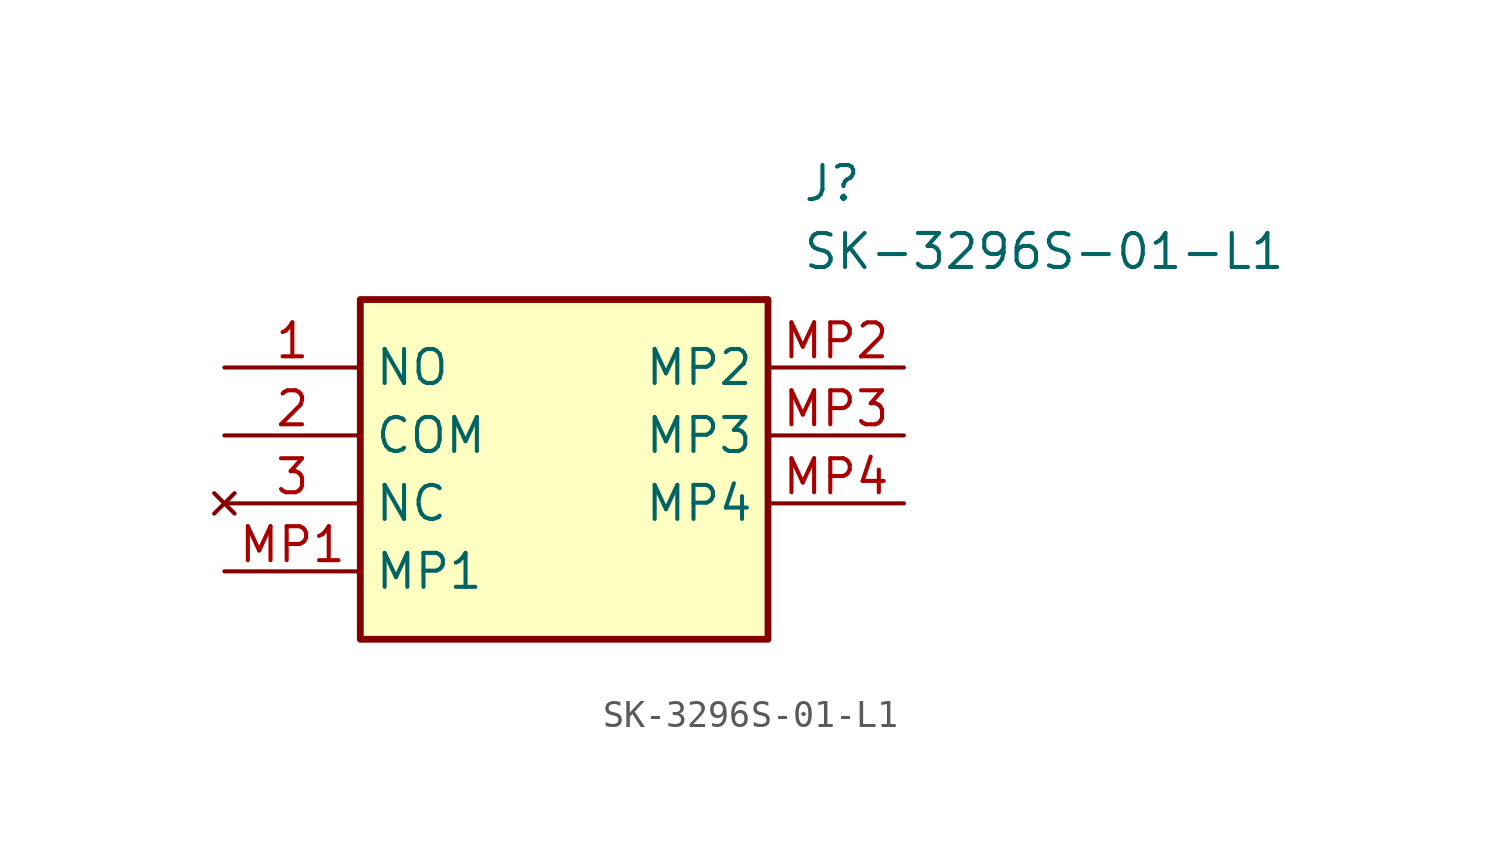
<source format=kicad_sym>
(kicad_symbol_lib
  (version 20211014)
  (generator SamacSys_ECAD_Model)
  (symbol "SK-3296S-01-L1"
    (property "Reference" "J"
      (at 21.59 7.62 0)
      (effects (font (size 1.27 1.27)) (justify left top)))
    (property "Value" "SK-3296S-01-L1"
      (at 21.59 5.08 0)
      (effects (font (size 1.27 1.27)) (justify left top)))
    (rectangle
      (start 5.08 2.54)
      (end 20.32 -10.16)
      (stroke (width 0.254) (type default))
      (fill (type background)))
    (pin passive line
      (at 0 0 0)
      (length 5.08)
      (name "NO" (effects (font (size 1.27 1.27))))
      (number "1" (effects (font (size 1.27 1.27)))))
    (pin passive line
      (at 0 -2.54 0)
      (length 5.08)
      (name "COM" (effects (font (size 1.27 1.27))))
      (number "2" (effects (font (size 1.27 1.27)))))
    (pin no_connect line
      (at 0 -5.08 0)
      (length 5.08)
      (name "NC" (effects (font (size 1.27 1.27))))
      (number "3" (effects (font (size 1.27 1.27)))))
    (pin passive line
      (at 0 -7.62 0)
      (length 5.08)
      (name "MP1" (effects (font (size 1.27 1.27))))
      (number "MP1" (effects (font (size 1.27 1.27)))))
    (pin passive line
      (at 25.4 0 180)
      (length 5.08)
      (name "MP2" (effects (font (size 1.27 1.27))))
      (number "MP2" (effects (font (size 1.27 1.27)))))
    (pin passive line
      (at 25.4 -2.54 180)
      (length 5.08)
      (name "MP3" (effects (font (size 1.27 1.27))))
      (number "MP3" (effects (font (size 1.27 1.27)))))
    (pin passive line
      (at 25.4 -5.08 180)
      (length 5.08)
      (name "MP4" (effects (font (size 1.27 1.27))))
      (number "MP4" (effects (font (size 1.27 1.27)))))))
</source>
